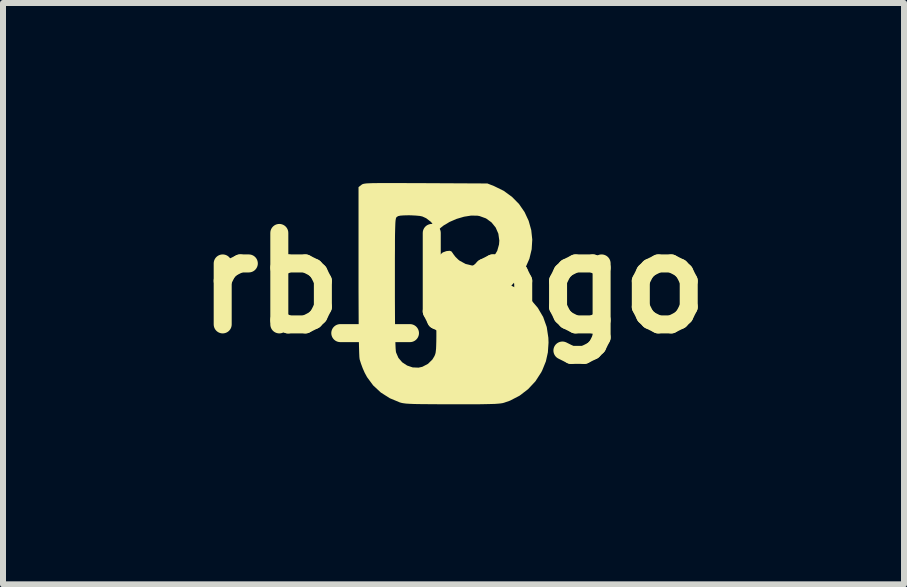
<source format=kicad_pcb>
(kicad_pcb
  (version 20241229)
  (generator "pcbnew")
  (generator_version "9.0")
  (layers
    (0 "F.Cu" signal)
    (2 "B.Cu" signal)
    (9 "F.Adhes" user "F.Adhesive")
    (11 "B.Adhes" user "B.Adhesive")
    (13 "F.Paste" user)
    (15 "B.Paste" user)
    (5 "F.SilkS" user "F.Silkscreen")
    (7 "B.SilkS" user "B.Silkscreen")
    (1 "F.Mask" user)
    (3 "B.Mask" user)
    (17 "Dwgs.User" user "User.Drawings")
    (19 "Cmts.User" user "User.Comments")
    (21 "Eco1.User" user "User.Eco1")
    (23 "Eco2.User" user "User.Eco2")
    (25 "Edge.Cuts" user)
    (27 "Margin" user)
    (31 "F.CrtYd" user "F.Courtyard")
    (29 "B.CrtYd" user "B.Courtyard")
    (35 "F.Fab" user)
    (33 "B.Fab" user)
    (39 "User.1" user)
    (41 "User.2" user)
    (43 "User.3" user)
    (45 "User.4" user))
  (footprint "rb_logo"
    (layer "F.Cu")
    (at 4.507 1.666)
    (property "Reference" "rb_logo" (at 0 0 0) (layer "F.SilkS") (effects (font (size 1.524 1.524) (thickness 0.3))))
    (attr board_only exclude_from_pos_files exclude_from_bom)
    (fp_poly (pts (xy -0.934 -1.666) (xy -0.768 -1.665) (xy -0.572 -1.665) (xy -0.464 -1.664) (xy 0.564 -1.659) (xy 0.674 -1.616) (xy 0.835 -1.537) (xy 0.974 -1.436) (xy 1.091 -1.317) (xy 1.184 -1.182) (xy 1.252 -1.036) (xy 1.295 -0.882) (xy 1.312 -0.723) (xy 1.302 -0.562) (xy 1.264 -0.404) (xy 1.197 -0.252) (xy 1.1 -0.108) (xy 1.06 -0.062) (xy 0.963 0.044) (xy 1.059 0.092) (xy 1.118 0.13) (xy 1.19 0.185) (xy 1.263 0.251) (xy 1.282 0.27) (xy 1.404 0.413) (xy 1.494 0.567) (xy 1.553 0.733) (xy 1.58 0.912) (xy 1.583 0.993) (xy 1.572 1.156) (xy 1.539 1.305) (xy 1.479 1.453) (xy 1.462 1.487) (xy 1.365 1.637) (xy 1.243 1.768) (xy 1.101 1.877) (xy 0.941 1.96) (xy 0.843 1.994) (xy 0.817 2.001) (xy 0.785 2.006) (xy 0.744 2.01) (xy 0.69 2.014) (xy 0.62 2.016) (xy 0.532 2.018) (xy 0.422 2.02) (xy 0.287 2.02) (xy 0.124 2.02) (xy -0.024 2.02) (xy -0.209 2.02) (xy -0.363 2.019) (xy -0.49 2.018) (xy -0.593 2.017) (xy -0.675 2.015) (xy -0.739 2.012) (xy -0.789 2.009) (xy -0.828 2.004) (xy -0.859 1.999) (xy -0.884 1.992) (xy -0.893 1.99) (xy -1.063 1.919) (xy -1.212 1.824) (xy -1.339 1.706) (xy -1.441 1.568) (xy -1.481 1.494) (xy -1.514 1.419) (xy -1.542 1.343) (xy -1.562 1.28) (xy -1.565 1.267) (xy -1.569 1.231) (xy -1.572 1.164) (xy -1.575 1.065) (xy -1.578 0.934) (xy -1.58 0.771) (xy -1.581 0.575) (xy -1.582 0.347) (xy -1.583 0.085) (xy -1.583 0.004) (xy -0.977 0.004) (xy -0.977 0.249) (xy -0.976 0.462) (xy -0.975 0.644) (xy -0.973 0.797) (xy -0.971 0.921) (xy -0.968 1.018) (xy -0.965 1.09) (xy -0.961 1.137) (xy -0.957 1.158) (xy -0.918 1.248) (xy -0.855 1.321) (xy -0.773 1.375) (xy -0.681 1.406) (xy -0.583 1.41) (xy -0.52 1.396) (xy -0.426 1.347) (xy -0.352 1.274) (xy -0.321 1.223) (xy -0.312 1.204) (xy -0.305 1.185) (xy -0.299 1.163) (xy -0.295 1.133) (xy -0.291 1.094) (xy -0.289 1.042) (xy -0.287 0.973) (xy -0.286 0.885) (xy -0.286 0.774) (xy -0.285 0.637) (xy -0.286 0.472) (xy -0.286 0.372) (xy -0.287 -0.404) (xy -0.232 -0.464) (xy -0.179 -0.51) (xy -0.121 -0.531) (xy -0.108 -0.533) (xy -0.063 -0.537) (xy -0.035 -0.527) (xy -0.012 -0.496) (xy -0.004 -0.483) (xy 0.032 -0.436) (xy 0.081 -0.388) (xy 0.103 -0.371) (xy 0.203 -0.317) (xy 0.308 -0.292) (xy 0.412 -0.295) (xy 0.511 -0.323) (xy 0.6 -0.375) (xy 0.674 -0.446) (xy 0.728 -0.536) (xy 0.758 -0.642) (xy 0.763 -0.707) (xy 0.747 -0.822) (xy 0.702 -0.925) (xy 0.632 -1.011) (xy 0.541 -1.077) (xy 0.433 -1.116) (xy 0.398 -1.122) (xy 0.294 -1.124) (xy 0.175 -1.105) (xy 0.052 -1.069) (xy -0.066 -1.018) (xy -0.168 -0.957) (xy -0.214 -0.92) (xy -0.28 -0.861) (xy -0.316 -0.934) (xy -0.374 -1.017) (xy -0.456 -1.08) (xy -0.52 -1.109) (xy -0.562 -1.118) (xy -0.627 -1.124) (xy -0.704 -1.128) (xy -0.747 -1.129) (xy -0.83 -1.127) (xy -0.886 -1.123) (xy -0.923 -1.115) (xy -0.945 -1.101) (xy -0.946 -1.101) (xy -0.952 -1.094) (xy -0.958 -1.083) (xy -0.962 -1.067) (xy -0.966 -1.041) (xy -0.969 -1.005) (xy -0.971 -0.956) (xy -0.973 -0.89) (xy -0.975 -0.806) (xy -0.976 -0.701) (xy -0.976 -0.573) (xy -0.977 -0.418) (xy -0.977 -0.236) (xy -0.977 -0.022) (xy -0.977 0.004) (xy -1.583 0.004) (xy -1.583 -0.21) (xy -1.583 -1.598) (xy -1.538 -1.633) (xy -1.528 -1.641) (xy -1.517 -1.647) (xy -1.502 -1.652) (xy -1.481 -1.656) (xy -1.451 -1.66) (xy -1.409 -1.662) (xy -1.353 -1.664) (xy -1.28 -1.665) (xy -1.188 -1.666) (xy -1.073 -1.666)) (stroke (width 0) (type solid)) (fill yes) (layer "F.SilkS")))
  (gr_rect
    (start -3 -3)
    (end 12.013 6.687)
    (stroke (width 0.1) (type default))
    (fill no)
    (layer "Edge.Cuts")))
</source>
